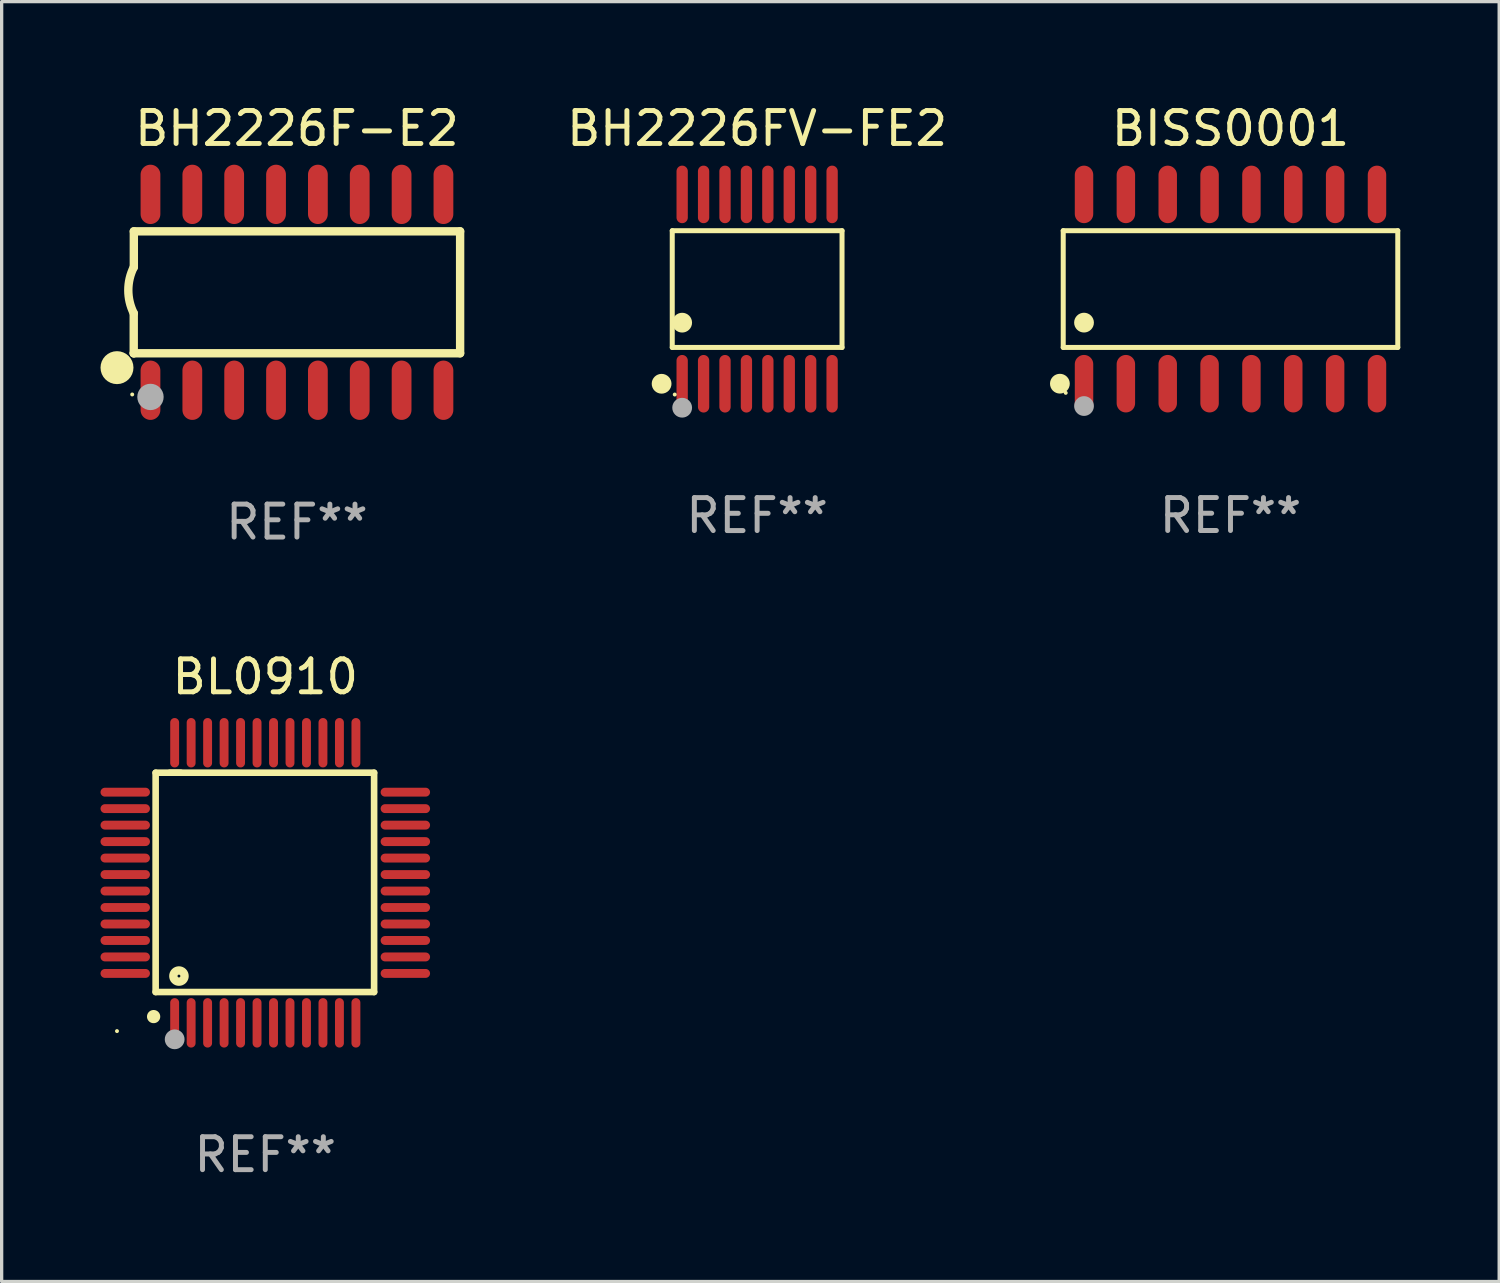
<source format=kicad_pcb>
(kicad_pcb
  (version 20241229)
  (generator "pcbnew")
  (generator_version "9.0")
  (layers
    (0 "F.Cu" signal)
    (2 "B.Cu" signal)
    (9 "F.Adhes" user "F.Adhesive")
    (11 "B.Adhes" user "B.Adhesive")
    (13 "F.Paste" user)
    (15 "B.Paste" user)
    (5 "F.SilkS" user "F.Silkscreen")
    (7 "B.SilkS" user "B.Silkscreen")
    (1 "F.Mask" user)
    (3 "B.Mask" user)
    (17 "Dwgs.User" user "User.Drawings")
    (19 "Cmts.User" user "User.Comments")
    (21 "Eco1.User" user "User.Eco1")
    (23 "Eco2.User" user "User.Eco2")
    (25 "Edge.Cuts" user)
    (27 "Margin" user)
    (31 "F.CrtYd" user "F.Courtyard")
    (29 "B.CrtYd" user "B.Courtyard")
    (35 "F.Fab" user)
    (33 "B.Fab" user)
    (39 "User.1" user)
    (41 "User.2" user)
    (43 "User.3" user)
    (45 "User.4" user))
  (footprint "BH2226FV-FE2"
    (layer "F.Cu")
    (at 19.925 5.722)
    (property "Reference" "BH2226FV-FE2" (at 0 -4.873 0) (layer "F.SilkS") (effects (font (size 1 1) (thickness 0.15))))
    (attr through_hole)
    (fp_line (start -2.576 -1.771) (end 2.576 -1.771) (stroke (width 0.152) (type solid)) (layer "F.SilkS"))
    (fp_line (start -2.576 1.771) (end -2.576 -1.771) (stroke (width 0.152) (type solid)) (layer "F.SilkS"))
    (fp_line (start 2.576 -1.771) (end 2.576 1.771) (stroke (width 0.152) (type solid)) (layer "F.SilkS"))
    (fp_line (start 2.576 1.771) (end -2.576 1.771) (stroke (width 0.152) (type solid)) (layer "F.SilkS"))
    (fp_circle (center -2.899 2.873) (end -2.749 2.873) (stroke (width 0.3) (type solid)) (fill no) (layer "F.SilkS"))
    (fp_circle (center -2.5 3.2) (end -2.47 3.2) (stroke (width 0.06) (type solid)) (fill no) (layer "F.SilkS"))
    (fp_circle (center -2.275 1.019) (end -2.125 1.019) (stroke (width 0.3) (type solid)) (fill no) (layer "F.SilkS"))
    (fp_circle (center -2.275 3.6) (end -2.125 3.6) (stroke (width 0.3) (type solid)) (fill no) (layer "F.Fab"))
    (fp_text user "REF**" (at 0 6.873 0) (layer "F.Fab") (effects (font (size 1 1) (thickness 0.15))))
    (pad "1" smd oval (at -2.275 2.873) (size 0.343 1.747) (layers "F.Cu" "F.Mask" "F.Paste"))
    (pad "2" smd oval (at -1.625 2.873) (size 0.343 1.747) (layers "F.Cu" "F.Mask" "F.Paste"))
    (pad "3" smd oval (at -0.975 2.873) (size 0.343 1.747) (layers "F.Cu" "F.Mask" "F.Paste"))
    (pad "4" smd oval (at -0.325 2.873) (size 0.343 1.747) (layers "F.Cu" "F.Mask" "F.Paste"))
    (pad "5" smd oval (at 0.325 2.873) (size 0.343 1.747) (layers "F.Cu" "F.Mask" "F.Paste"))
    (pad "6" smd oval (at 0.975 2.873) (size 0.343 1.747) (layers "F.Cu" "F.Mask" "F.Paste"))
    (pad "7" smd oval (at 1.625 2.873) (size 0.343 1.747) (layers "F.Cu" "F.Mask" "F.Paste"))
    (pad "8" smd oval (at 2.275 2.873) (size 0.343 1.747) (layers "F.Cu" "F.Mask" "F.Paste"))
    (pad "9" smd oval (at 2.275 -2.873) (size 0.343 1.747) (layers "F.Cu" "F.Mask" "F.Paste"))
    (pad "10" smd oval (at 1.625 -2.873) (size 0.343 1.747) (layers "F.Cu" "F.Mask" "F.Paste"))
    (pad "11" smd oval (at 0.975 -2.873) (size 0.343 1.747) (layers "F.Cu" "F.Mask" "F.Paste"))
    (pad "12" smd oval (at 0.325 -2.873) (size 0.343 1.747) (layers "F.Cu" "F.Mask" "F.Paste"))
    (pad "13" smd oval (at -0.325 -2.873) (size 0.343 1.747) (layers "F.Cu" "F.Mask" "F.Paste"))
    (pad "14" smd oval (at -0.975 -2.873) (size 0.343 1.747) (layers "F.Cu" "F.Mask" "F.Paste"))
    (pad "15" smd oval (at -1.625 -2.873) (size 0.343 1.747) (layers "F.Cu" "F.Mask" "F.Paste"))
    (pad "16" smd oval (at -2.275 -2.873) (size 0.343 1.747) (layers "F.Cu" "F.Mask" "F.Paste")))
  (footprint "BL0910"
    (layer "F.Cu")
    (at 5 23.738)
    (property "Reference" "BL0910" (at 0 -6.25 0) (layer "F.SilkS") (effects (font (size 1 1) (thickness 0.15))))
    (attr through_hole)
    (fp_line (start -3.327 -3.34) (end -2.565 -3.34) (stroke (width 0.2) (type solid)) (layer "F.SilkS"))
    (fp_line (start -3.327 3.315) (end -3.327 -3.34) (stroke (width 0.2) (type solid)) (layer "F.SilkS"))
    (fp_line (start -2.896 -3.34) (end 3.302 -3.34) (stroke (width 0.2) (type solid)) (layer "F.SilkS"))
    (fp_line (start 3.302 -3.34) (end 3.302 3.315) (stroke (width 0.2) (type solid)) (layer "F.SilkS"))
    (fp_line (start 3.302 3.315) (end -3.327 3.315) (stroke (width 0.2) (type solid)) (layer "F.SilkS"))
    (fp_arc (start -3.389992 4.059995) (mid -3.388722 4.059991) (end -3.387452 4.059995) (stroke (width 0.4) (type solid)) (layer "F.SilkS"))
    (fp_circle (center -4.5 4.5) (end -4.47 4.5) (stroke (width 0.06) (type solid)) (fill no) (layer "F.SilkS"))
    (fp_circle (center -2.62 2.83) (end -2.45 2.83) (stroke (width 0.254) (type solid)) (fill no) (layer "F.SilkS"))
    (fp_circle (center -2.75 4.75) (end -2.6 4.75) (stroke (width 0.3) (type solid)) (fill no) (layer "F.Fab"))
    (fp_text user "REF**" (at 0 8.25 0) (layer "F.Fab") (effects (font (size 1 1) (thickness 0.15))))
    (pad "1" smd oval (at -2.75 4.25) (size 0.27 1.5) (layers "F.Cu" "F.Mask" "F.Paste"))
    (pad "2" smd oval (at -2.25 4.25) (size 0.27 1.5) (layers "F.Cu" "F.Mask" "F.Paste"))
    (pad "3" smd oval (at -1.75 4.25) (size 0.27 1.5) (layers "F.Cu" "F.Mask" "F.Paste"))
    (pad "4" smd oval (at -1.25 4.25) (size 0.27 1.5) (layers "F.Cu" "F.Mask" "F.Paste"))
    (pad "5" smd oval (at -0.75 4.25) (size 0.27 1.5) (layers "F.Cu" "F.Mask" "F.Paste"))
    (pad "6" smd oval (at -0.25 4.25) (size 0.27 1.5) (layers "F.Cu" "F.Mask" "F.Paste"))
    (pad "7" smd oval (at 0.25 4.25) (size 0.27 1.5) (layers "F.Cu" "F.Mask" "F.Paste"))
    (pad "8" smd oval (at 0.75 4.25) (size 0.27 1.5) (layers "F.Cu" "F.Mask" "F.Paste"))
    (pad "9" smd oval (at 1.25 4.25) (size 0.27 1.5) (layers "F.Cu" "F.Mask" "F.Paste"))
    (pad "10" smd oval (at 1.75 4.25) (size 0.27 1.5) (layers "F.Cu" "F.Mask" "F.Paste"))
    (pad "11" smd oval (at 2.25 4.25) (size 0.27 1.5) (layers "F.Cu" "F.Mask" "F.Paste"))
    (pad "12" smd oval (at 2.75 4.25) (size 0.27 1.5) (layers "F.Cu" "F.Mask" "F.Paste"))
    (pad "13" smd oval (at 4.25 2.75) (size 1.5 0.27) (layers "F.Cu" "F.Mask" "F.Paste"))
    (pad "14" smd oval (at 4.25 2.25) (size 1.5 0.27) (layers "F.Cu" "F.Mask" "F.Paste"))
    (pad "15" smd oval (at 4.25 1.75) (size 1.5 0.27) (layers "F.Cu" "F.Mask" "F.Paste"))
    (pad "16" smd oval (at 4.25 1.25) (size 1.5 0.27) (layers "F.Cu" "F.Mask" "F.Paste"))
    (pad "17" smd oval (at 4.25 0.75) (size 1.5 0.27) (layers "F.Cu" "F.Mask" "F.Paste"))
    (pad "18" smd oval (at 4.25 0.25) (size 1.5 0.27) (layers "F.Cu" "F.Mask" "F.Paste"))
    (pad "19" smd oval (at 4.25 -0.25) (size 1.5 0.27) (layers "F.Cu" "F.Mask" "F.Paste"))
    (pad "20" smd oval (at 4.25 -0.75) (size 1.5 0.27) (layers "F.Cu" "F.Mask" "F.Paste"))
    (pad "21" smd oval (at 4.25 -1.25) (size 1.5 0.27) (layers "F.Cu" "F.Mask" "F.Paste"))
    (pad "22" smd oval (at 4.25 -1.75) (size 1.5 0.27) (layers "F.Cu" "F.Mask" "F.Paste"))
    (pad "23" smd oval (at 4.25 -2.25) (size 1.5 0.27) (layers "F.Cu" "F.Mask" "F.Paste"))
    (pad "24" smd oval (at 4.25 -2.75) (size 1.5 0.27) (layers "F.Cu" "F.Mask" "F.Paste"))
    (pad "25" smd oval (at 2.75 -4.25) (size 0.27 1.5) (layers "F.Cu" "F.Mask" "F.Paste"))
    (pad "26" smd oval (at 2.25 -4.25) (size 0.27 1.5) (layers "F.Cu" "F.Mask" "F.Paste"))
    (pad "27" smd oval (at 1.75 -4.25) (size 0.27 1.5) (layers "F.Cu" "F.Mask" "F.Paste"))
    (pad "28" smd oval (at 1.25 -4.25) (size 0.27 1.5) (layers "F.Cu" "F.Mask" "F.Paste"))
    (pad "29" smd oval (at 0.75 -4.25) (size 0.27 1.5) (layers "F.Cu" "F.Mask" "F.Paste"))
    (pad "30" smd oval (at 0.25 -4.25) (size 0.27 1.5) (layers "F.Cu" "F.Mask" "F.Paste"))
    (pad "31" smd oval (at -0.25 -4.25) (size 0.27 1.5) (layers "F.Cu" "F.Mask" "F.Paste"))
    (pad "32" smd oval (at -0.75 -4.25) (size 0.27 1.5) (layers "F.Cu" "F.Mask" "F.Paste"))
    (pad "33" smd oval (at -1.25 -4.25) (size 0.27 1.5) (layers "F.Cu" "F.Mask" "F.Paste"))
    (pad "34" smd oval (at -1.75 -4.25) (size 0.27 1.5) (layers "F.Cu" "F.Mask" "F.Paste"))
    (pad "35" smd oval (at -2.25 -4.25) (size 0.27 1.5) (layers "F.Cu" "F.Mask" "F.Paste"))
    (pad "36" smd oval (at -2.75 -4.25) (size 0.27 1.5) (layers "F.Cu" "F.Mask" "F.Paste"))
    (pad "37" smd oval (at -4.25 -2.75) (size 1.5 0.27) (layers "F.Cu" "F.Mask" "F.Paste"))
    (pad "38" smd oval (at -4.25 -2.25) (size 1.5 0.27) (layers "F.Cu" "F.Mask" "F.Paste"))
    (pad "39" smd oval (at -4.25 -1.75) (size 1.5 0.27) (layers "F.Cu" "F.Mask" "F.Paste"))
    (pad "40" smd oval (at -4.25 -1.25) (size 1.5 0.27) (layers "F.Cu" "F.Mask" "F.Paste"))
    (pad "41" smd oval (at -4.25 -0.75) (size 1.5 0.27) (layers "F.Cu" "F.Mask" "F.Paste"))
    (pad "42" smd oval (at -4.25 -0.25) (size 1.5 0.27) (layers "F.Cu" "F.Mask" "F.Paste"))
    (pad "43" smd oval (at -4.25 0.25) (size 1.5 0.27) (layers "F.Cu" "F.Mask" "F.Paste"))
    (pad "44" smd oval (at -4.25 0.75) (size 1.5 0.27) (layers "F.Cu" "F.Mask" "F.Paste"))
    (pad "45" smd oval (at -4.25 1.25) (size 1.5 0.27) (layers "F.Cu" "F.Mask" "F.Paste"))
    (pad "46" smd oval (at -4.25 1.75) (size 1.5 0.27) (layers "F.Cu" "F.Mask" "F.Paste"))
    (pad "47" smd oval (at -4.25 2.25) (size 1.5 0.27) (layers "F.Cu" "F.Mask" "F.Paste"))
    (pad "48" smd oval (at -4.25 2.75) (size 1.5 0.27) (layers "F.Cu" "F.Mask" "F.Paste")))
  (footprint "BH2226F-E2"
    (layer "F.Cu")
    (at 5.96 5.82)
    (property "Reference" "BH2226F-E2" (at 0 -4.972 0) (layer "F.SilkS") (effects (font (size 1 1) (thickness 0.15))))
    (attr through_hole)
    (fp_line (start -4.952 0.635) (end -4.952 1.85) (stroke (width 0.254) (type solid)) (layer "F.SilkS"))
    (fp_line (start -4.952 1.85) (end -4.949 1.85) (stroke (width 0.254) (type solid)) (layer "F.SilkS"))
    (fp_line (start -4.949 -1.85) (end -4.949 -0.762) (stroke (width 0.254) (type solid)) (layer "F.SilkS"))
    (fp_line (start -4.949 1.85) (end 4.952 1.85) (stroke (width 0.254) (type solid)) (layer "F.SilkS"))
    (fp_line (start 4.952 -1.85) (end -4.949 -1.85) (stroke (width 0.254) (type solid)) (layer "F.SilkS"))
    (fp_line (start 4.952 1.85) (end 4.952 -1.85) (stroke (width 0.254) (type solid)) (layer "F.SilkS"))
    (fp_arc (start -4.951499 0.635128) (mid -5.116393 -0.063373) (end -4.951499 -0.761875) (stroke (width 0.254001) (type solid)) (layer "F.SilkS"))
    (fp_circle (center -5.46 2.286) (end -5.21 2.286) (stroke (width 0.5) (type solid)) (fill no) (layer "F.SilkS"))
    (fp_circle (center -4.998 3.1) (end -4.968 3.1) (stroke (width 0.06) (type solid)) (fill no) (layer "F.SilkS"))
    (fp_circle (center -4.444 3.175) (end -4.244 3.175) (stroke (width 0.4) (type solid)) (fill no) (layer "F.Fab"))
    (fp_text user "REF**" (at 0 6.972 0) (layer "F.Fab") (effects (font (size 1 1) (thickness 0.15))))
    (pad "1" smd oval (at -4.444 2.972) (size 0.6 1.8) (layers "F.Cu" "F.Mask" "F.Paste"))
    (pad "2" smd oval (at -3.174 2.972) (size 0.6 1.8) (layers "F.Cu" "F.Mask" "F.Paste"))
    (pad "3" smd oval (at -1.904 2.972) (size 0.6 1.8) (layers "F.Cu" "F.Mask" "F.Paste"))
    (pad "4" smd oval (at -0.634 2.972) (size 0.6 1.8) (layers "F.Cu" "F.Mask" "F.Paste"))
    (pad "5" smd oval (at 0.636 2.972) (size 0.6 1.8) (layers "F.Cu" "F.Mask" "F.Paste"))
    (pad "6" smd oval (at 1.906 2.972) (size 0.6 1.8) (layers "F.Cu" "F.Mask" "F.Paste"))
    (pad "7" smd oval (at 3.176 2.972) (size 0.6 1.8) (layers "F.Cu" "F.Mask" "F.Paste"))
    (pad "8" smd oval (at 4.446 2.972) (size 0.6 1.8) (layers "F.Cu" "F.Mask" "F.Paste"))
    (pad "9" smd oval (at 4.446 -2.972) (size 0.6 1.8) (layers "F.Cu" "F.Mask" "F.Paste"))
    (pad "10" smd oval (at 3.176 -2.972) (size 0.6 1.8) (layers "F.Cu" "F.Mask" "F.Paste"))
    (pad "11" smd oval (at 1.906 -2.972) (size 0.6 1.8) (layers "F.Cu" "F.Mask" "F.Paste"))
    (pad "12" smd oval (at 0.636 -2.972) (size 0.6 1.8) (layers "F.Cu" "F.Mask" "F.Paste"))
    (pad "13" smd oval (at -0.634 -2.972) (size 0.6 1.8) (layers "F.Cu" "F.Mask" "F.Paste"))
    (pad "14" smd oval (at -1.904 -2.972) (size 0.6 1.8) (layers "F.Cu" "F.Mask" "F.Paste"))
    (pad "15" smd oval (at -3.174 -2.972) (size 0.6 1.8) (layers "F.Cu" "F.Mask" "F.Paste"))
    (pad "16" smd oval (at -4.444 -2.972) (size 0.6 1.8) (layers "F.Cu" "F.Mask" "F.Paste")))
  (footprint "BISS0001"
    (layer "F.Cu")
    (at 34.289 5.721)
    (property "Reference" "BISS0001" (at 0 -4.872 0) (layer "F.SilkS") (effects (font (size 1 1) (thickness 0.15))))
    (attr through_hole)
    (fp_line (start -5.076 -1.771) (end 5.076 -1.771) (stroke (width 0.152) (type solid)) (layer "F.SilkS"))
    (fp_line (start -5.076 1.771) (end -5.076 -1.771) (stroke (width 0.152) (type solid)) (layer "F.SilkS"))
    (fp_line (start 5.076 -1.771) (end 5.076 1.771) (stroke (width 0.152) (type solid)) (layer "F.SilkS"))
    (fp_line (start 5.076 1.771) (end -5.076 1.771) (stroke (width 0.152) (type solid)) (layer "F.SilkS"))
    (fp_circle (center -5.177 2.872) (end -5.027 2.872) (stroke (width 0.3) (type solid)) (fill no) (layer "F.SilkS"))
    (fp_circle (center -5 3.15) (end -4.97 3.15) (stroke (width 0.06) (type solid)) (fill no) (layer "F.SilkS"))
    (fp_circle (center -4.445 1.019) (end -4.295 1.019) (stroke (width 0.3) (type solid)) (fill no) (layer "F.SilkS"))
    (fp_circle (center -4.445 3.55) (end -4.295 3.55) (stroke (width 0.3) (type solid)) (fill no) (layer "F.Fab"))
    (fp_text user "REF**" (at 0 6.872 0) (layer "F.Fab") (effects (font (size 1 1) (thickness 0.15))))
    (pad "1" smd oval (at -4.445 2.872) (size 0.56 1.745) (layers "F.Cu" "F.Mask" "F.Paste"))
    (pad "2" smd oval (at -3.175 2.872) (size 0.56 1.745) (layers "F.Cu" "F.Mask" "F.Paste"))
    (pad "3" smd oval (at -1.905 2.872) (size 0.56 1.745) (layers "F.Cu" "F.Mask" "F.Paste"))
    (pad "4" smd oval (at -0.635 2.872) (size 0.56 1.745) (layers "F.Cu" "F.Mask" "F.Paste"))
    (pad "5" smd oval (at 0.635 2.872) (size 0.56 1.745) (layers "F.Cu" "F.Mask" "F.Paste"))
    (pad "6" smd oval (at 1.905 2.872) (size 0.56 1.745) (layers "F.Cu" "F.Mask" "F.Paste"))
    (pad "7" smd oval (at 3.175 2.872) (size 0.56 1.745) (layers "F.Cu" "F.Mask" "F.Paste"))
    (pad "8" smd oval (at 4.445 2.872) (size 0.56 1.745) (layers "F.Cu" "F.Mask" "F.Paste"))
    (pad "9" smd oval (at 4.445 -2.872) (size 0.56 1.745) (layers "F.Cu" "F.Mask" "F.Paste"))
    (pad "10" smd oval (at 3.175 -2.872) (size 0.56 1.745) (layers "F.Cu" "F.Mask" "F.Paste"))
    (pad "11" smd oval (at 1.905 -2.872) (size 0.56 1.745) (layers "F.Cu" "F.Mask" "F.Paste"))
    (pad "12" smd oval (at 0.635 -2.872) (size 0.56 1.745) (layers "F.Cu" "F.Mask" "F.Paste"))
    (pad "13" smd oval (at -0.635 -2.872) (size 0.56 1.745) (layers "F.Cu" "F.Mask" "F.Paste"))
    (pad "14" smd oval (at -1.905 -2.872) (size 0.56 1.745) (layers "F.Cu" "F.Mask" "F.Paste"))
    (pad "15" smd oval (at -3.175 -2.872) (size 0.56 1.745) (layers "F.Cu" "F.Mask" "F.Paste"))
    (pad "16" smd oval (at -4.445 -2.872) (size 0.56 1.745) (layers "F.Cu" "F.Mask" "F.Paste")))
  (gr_rect
    (start -3 -3)
    (end 42.442 35.836)
    (stroke (width 0.1) (type default))
    (fill no)
    (layer "Edge.Cuts")))
</source>
